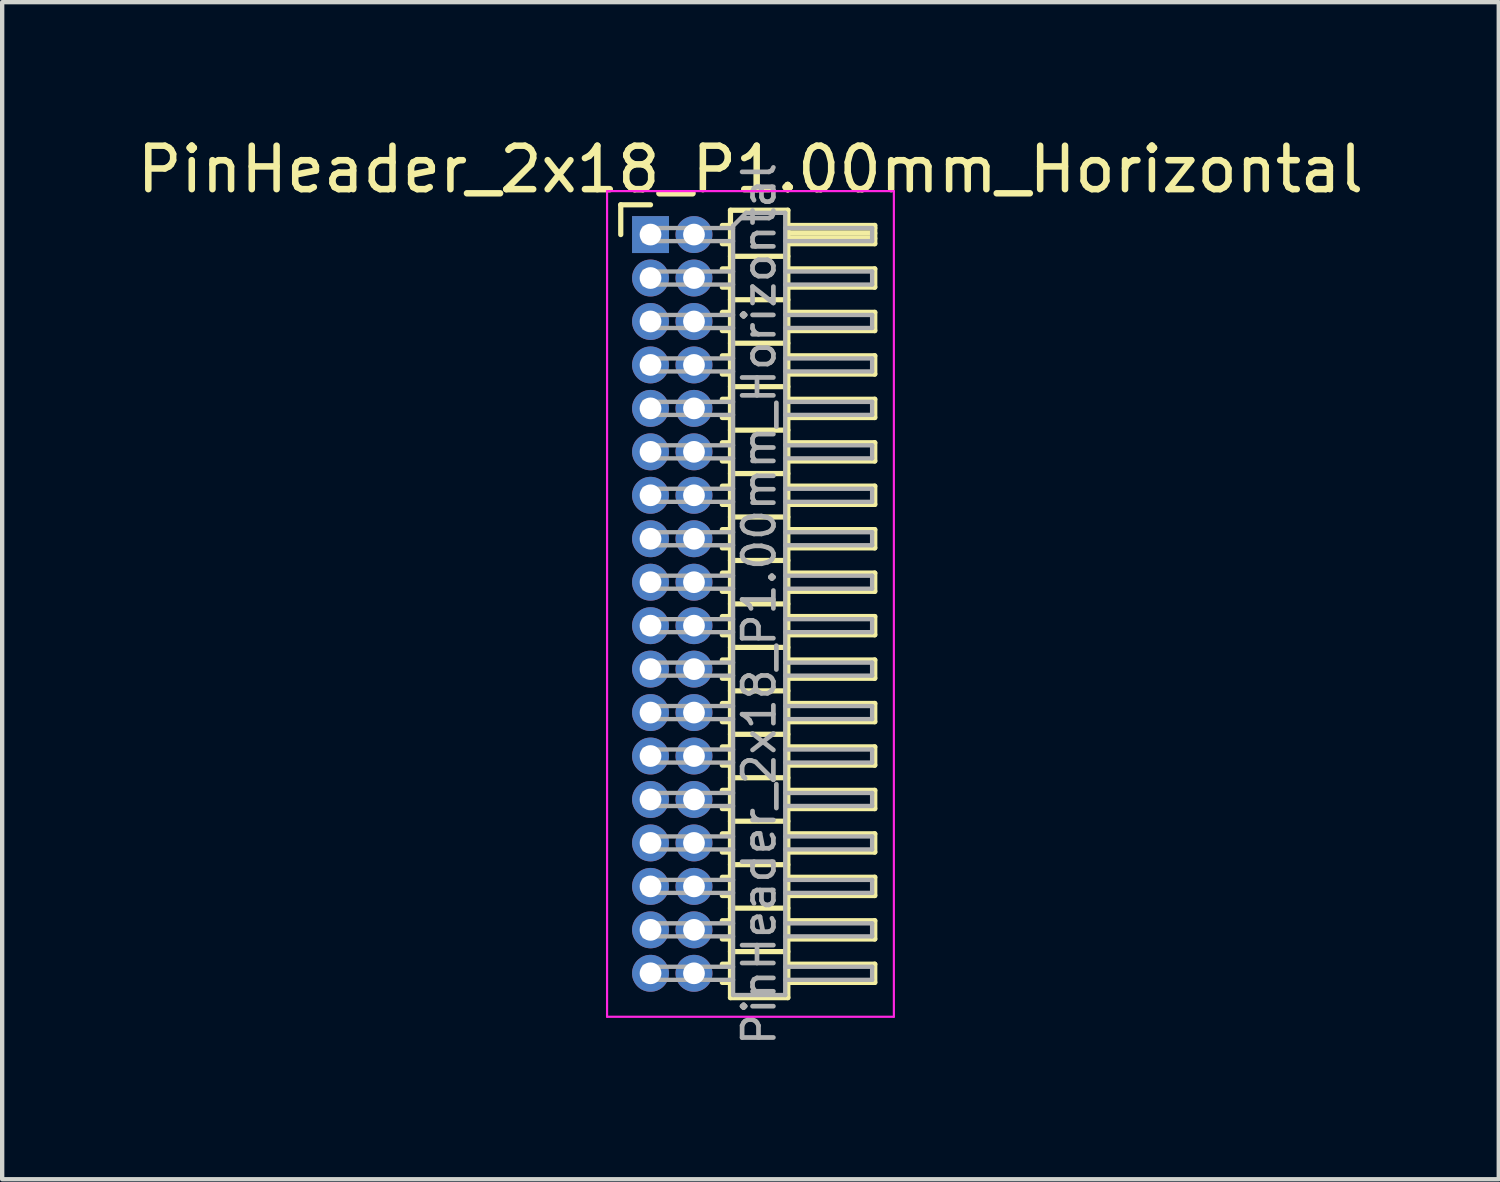
<source format=kicad_pcb>
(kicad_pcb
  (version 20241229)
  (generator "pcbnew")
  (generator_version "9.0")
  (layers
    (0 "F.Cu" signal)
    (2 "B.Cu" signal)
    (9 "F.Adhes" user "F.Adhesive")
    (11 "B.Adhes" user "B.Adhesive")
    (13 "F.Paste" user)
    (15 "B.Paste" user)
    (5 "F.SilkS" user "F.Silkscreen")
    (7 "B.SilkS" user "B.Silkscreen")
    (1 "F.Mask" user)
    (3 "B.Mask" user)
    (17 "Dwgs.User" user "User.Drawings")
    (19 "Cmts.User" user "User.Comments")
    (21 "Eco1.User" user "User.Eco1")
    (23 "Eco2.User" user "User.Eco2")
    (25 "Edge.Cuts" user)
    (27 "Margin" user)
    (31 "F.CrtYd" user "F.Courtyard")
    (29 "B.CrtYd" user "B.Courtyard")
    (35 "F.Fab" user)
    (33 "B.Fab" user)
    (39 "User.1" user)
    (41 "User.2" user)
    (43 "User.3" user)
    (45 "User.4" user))
  (footprint "PinHeader_2x18_P1.00mm_Horizontal"
    (layer "F.Cu")
    (at 11.92 2.348)
    (property "Reference" "PinHeader_2x18_P1.00mm_Horizontal" (at 2.3 -1.5 0) (layer "F.SilkS") (effects (font (size 1 1) (thickness 0.15))))
    (attr through_hole)
    (fp_line (start -0.685 -0.685) (end 0 -0.685) (stroke (width 0.12) (type solid)) (layer "F.SilkS"))
    (fp_line (start -0.685 0) (end -0.685 -0.685) (stroke (width 0.12) (type solid)) (layer "F.SilkS"))
    (fp_line (start 1.652 -0.21) (end 1.84 -0.21) (stroke (width 0.12) (type solid)) (layer "F.SilkS"))
    (fp_line (start 1.652 0.21) (end 1.84 0.21) (stroke (width 0.12) (type solid)) (layer "F.SilkS"))
    (fp_line (start 1.652 0.79) (end 1.84 0.79) (stroke (width 0.12) (type solid)) (layer "F.SilkS"))
    (fp_line (start 1.652 1.21) (end 1.84 1.21) (stroke (width 0.12) (type solid)) (layer "F.SilkS"))
    (fp_line (start 1.652 1.79) (end 1.84 1.79) (stroke (width 0.12) (type solid)) (layer "F.SilkS"))
    (fp_line (start 1.652 2.21) (end 1.84 2.21) (stroke (width 0.12) (type solid)) (layer "F.SilkS"))
    (fp_line (start 1.652 2.79) (end 1.84 2.79) (stroke (width 0.12) (type solid)) (layer "F.SilkS"))
    (fp_line (start 1.652 3.21) (end 1.84 3.21) (stroke (width 0.12) (type solid)) (layer "F.SilkS"))
    (fp_line (start 1.652 3.79) (end 1.84 3.79) (stroke (width 0.12) (type solid)) (layer "F.SilkS"))
    (fp_line (start 1.652 4.21) (end 1.84 4.21) (stroke (width 0.12) (type solid)) (layer "F.SilkS"))
    (fp_line (start 1.652 4.79) (end 1.84 4.79) (stroke (width 0.12) (type solid)) (layer "F.SilkS"))
    (fp_line (start 1.652 5.21) (end 1.84 5.21) (stroke (width 0.12) (type solid)) (layer "F.SilkS"))
    (fp_line (start 1.652 5.79) (end 1.84 5.79) (stroke (width 0.12) (type solid)) (layer "F.SilkS"))
    (fp_line (start 1.652 6.21) (end 1.84 6.21) (stroke (width 0.12) (type solid)) (layer "F.SilkS"))
    (fp_line (start 1.652 6.79) (end 1.84 6.79) (stroke (width 0.12) (type solid)) (layer "F.SilkS"))
    (fp_line (start 1.652 7.21) (end 1.84 7.21) (stroke (width 0.12) (type solid)) (layer "F.SilkS"))
    (fp_line (start 1.652 7.79) (end 1.84 7.79) (stroke (width 0.12) (type solid)) (layer "F.SilkS"))
    (fp_line (start 1.652 8.21) (end 1.84 8.21) (stroke (width 0.12) (type solid)) (layer "F.SilkS"))
    (fp_line (start 1.652 8.79) (end 1.84 8.79) (stroke (width 0.12) (type solid)) (layer "F.SilkS"))
    (fp_line (start 1.652 9.21) (end 1.84 9.21) (stroke (width 0.12) (type solid)) (layer "F.SilkS"))
    (fp_line (start 1.652 9.79) (end 1.84 9.79) (stroke (width 0.12) (type solid)) (layer "F.SilkS"))
    (fp_line (start 1.652 10.21) (end 1.84 10.21) (stroke (width 0.12) (type solid)) (layer "F.SilkS"))
    (fp_line (start 1.652 10.79) (end 1.84 10.79) (stroke (width 0.12) (type solid)) (layer "F.SilkS"))
    (fp_line (start 1.652 11.21) (end 1.84 11.21) (stroke (width 0.12) (type solid)) (layer "F.SilkS"))
    (fp_line (start 1.652 11.79) (end 1.84 11.79) (stroke (width 0.12) (type solid)) (layer "F.SilkS"))
    (fp_line (start 1.652 12.21) (end 1.84 12.21) (stroke (width 0.12) (type solid)) (layer "F.SilkS"))
    (fp_line (start 1.652 12.79) (end 1.84 12.79) (stroke (width 0.12) (type solid)) (layer "F.SilkS"))
    (fp_line (start 1.652 13.21) (end 1.84 13.21) (stroke (width 0.12) (type solid)) (layer "F.SilkS"))
    (fp_line (start 1.652 13.79) (end 1.84 13.79) (stroke (width 0.12) (type solid)) (layer "F.SilkS"))
    (fp_line (start 1.652 14.21) (end 1.84 14.21) (stroke (width 0.12) (type solid)) (layer "F.SilkS"))
    (fp_line (start 1.652 14.79) (end 1.84 14.79) (stroke (width 0.12) (type solid)) (layer "F.SilkS"))
    (fp_line (start 1.652 15.21) (end 1.84 15.21) (stroke (width 0.12) (type solid)) (layer "F.SilkS"))
    (fp_line (start 1.652 15.79) (end 1.84 15.79) (stroke (width 0.12) (type solid)) (layer "F.SilkS"))
    (fp_line (start 1.652 16.21) (end 1.84 16.21) (stroke (width 0.12) (type solid)) (layer "F.SilkS"))
    (fp_line (start 1.652 16.79) (end 1.84 16.79) (stroke (width 0.12) (type solid)) (layer "F.SilkS"))
    (fp_line (start 1.652 17.21) (end 1.84 17.21) (stroke (width 0.12) (type solid)) (layer "F.SilkS"))
    (fp_line (start 1.84 -0.56) (end 1.84 17.56) (stroke (width 0.12) (type solid)) (layer "F.SilkS"))
    (fp_line (start 1.84 0.5) (end 3.16 0.5) (stroke (width 0.12) (type solid)) (layer "F.SilkS"))
    (fp_line (start 1.84 1.5) (end 3.16 1.5) (stroke (width 0.12) (type solid)) (layer "F.SilkS"))
    (fp_line (start 1.84 2.5) (end 3.16 2.5) (stroke (width 0.12) (type solid)) (layer "F.SilkS"))
    (fp_line (start 1.84 3.5) (end 3.16 3.5) (stroke (width 0.12) (type solid)) (layer "F.SilkS"))
    (fp_line (start 1.84 4.5) (end 3.16 4.5) (stroke (width 0.12) (type solid)) (layer "F.SilkS"))
    (fp_line (start 1.84 5.5) (end 3.16 5.5) (stroke (width 0.12) (type solid)) (layer "F.SilkS"))
    (fp_line (start 1.84 6.5) (end 3.16 6.5) (stroke (width 0.12) (type solid)) (layer "F.SilkS"))
    (fp_line (start 1.84 7.5) (end 3.16 7.5) (stroke (width 0.12) (type solid)) (layer "F.SilkS"))
    (fp_line (start 1.84 8.5) (end 3.16 8.5) (stroke (width 0.12) (type solid)) (layer "F.SilkS"))
    (fp_line (start 1.84 9.5) (end 3.16 9.5) (stroke (width 0.12) (type solid)) (layer "F.SilkS"))
    (fp_line (start 1.84 10.5) (end 3.16 10.5) (stroke (width 0.12) (type solid)) (layer "F.SilkS"))
    (fp_line (start 1.84 11.5) (end 3.16 11.5) (stroke (width 0.12) (type solid)) (layer "F.SilkS"))
    (fp_line (start 1.84 12.5) (end 3.16 12.5) (stroke (width 0.12) (type solid)) (layer "F.SilkS"))
    (fp_line (start 1.84 13.5) (end 3.16 13.5) (stroke (width 0.12) (type solid)) (layer "F.SilkS"))
    (fp_line (start 1.84 14.5) (end 3.16 14.5) (stroke (width 0.12) (type solid)) (layer "F.SilkS"))
    (fp_line (start 1.84 15.5) (end 3.16 15.5) (stroke (width 0.12) (type solid)) (layer "F.SilkS"))
    (fp_line (start 1.84 16.5) (end 3.16 16.5) (stroke (width 0.12) (type solid)) (layer "F.SilkS"))
    (fp_line (start 1.84 17.56) (end 3.16 17.56) (stroke (width 0.12) (type solid)) (layer "F.SilkS"))
    (fp_line (start 3.16 -0.56) (end 1.84 -0.56) (stroke (width 0.12) (type solid)) (layer "F.SilkS"))
    (fp_line (start 3.16 -0.21) (end 5.16 -0.21) (stroke (width 0.12) (type solid)) (layer "F.SilkS"))
    (fp_line (start 3.16 -0.15) (end 5.16 -0.15) (stroke (width 0.12) (type solid)) (layer "F.SilkS"))
    (fp_line (start 3.16 -0.03) (end 5.16 -0.03) (stroke (width 0.12) (type solid)) (layer "F.SilkS"))
    (fp_line (start 3.16 0.09) (end 5.16 0.09) (stroke (width 0.12) (type solid)) (layer "F.SilkS"))
    (fp_line (start 3.16 0.79) (end 5.16 0.79) (stroke (width 0.12) (type solid)) (layer "F.SilkS"))
    (fp_line (start 3.16 1.79) (end 5.16 1.79) (stroke (width 0.12) (type solid)) (layer "F.SilkS"))
    (fp_line (start 3.16 2.79) (end 5.16 2.79) (stroke (width 0.12) (type solid)) (layer "F.SilkS"))
    (fp_line (start 3.16 3.79) (end 5.16 3.79) (stroke (width 0.12) (type solid)) (layer "F.SilkS"))
    (fp_line (start 3.16 4.79) (end 5.16 4.79) (stroke (width 0.12) (type solid)) (layer "F.SilkS"))
    (fp_line (start 3.16 5.79) (end 5.16 5.79) (stroke (width 0.12) (type solid)) (layer "F.SilkS"))
    (fp_line (start 3.16 6.79) (end 5.16 6.79) (stroke (width 0.12) (type solid)) (layer "F.SilkS"))
    (fp_line (start 3.16 7.79) (end 5.16 7.79) (stroke (width 0.12) (type solid)) (layer "F.SilkS"))
    (fp_line (start 3.16 8.79) (end 5.16 8.79) (stroke (width 0.12) (type solid)) (layer "F.SilkS"))
    (fp_line (start 3.16 9.79) (end 5.16 9.79) (stroke (width 0.12) (type solid)) (layer "F.SilkS"))
    (fp_line (start 3.16 10.79) (end 5.16 10.79) (stroke (width 0.12) (type solid)) (layer "F.SilkS"))
    (fp_line (start 3.16 11.79) (end 5.16 11.79) (stroke (width 0.12) (type solid)) (layer "F.SilkS"))
    (fp_line (start 3.16 12.79) (end 5.16 12.79) (stroke (width 0.12) (type solid)) (layer "F.SilkS"))
    (fp_line (start 3.16 13.79) (end 5.16 13.79) (stroke (width 0.12) (type solid)) (layer "F.SilkS"))
    (fp_line (start 3.16 14.79) (end 5.16 14.79) (stroke (width 0.12) (type solid)) (layer "F.SilkS"))
    (fp_line (start 3.16 15.79) (end 5.16 15.79) (stroke (width 0.12) (type solid)) (layer "F.SilkS"))
    (fp_line (start 3.16 16.79) (end 5.16 16.79) (stroke (width 0.12) (type solid)) (layer "F.SilkS"))
    (fp_line (start 3.16 17.56) (end 3.16 -0.56) (stroke (width 0.12) (type solid)) (layer "F.SilkS"))
    (fp_line (start 5.16 -0.21) (end 5.16 0.21) (stroke (width 0.12) (type solid)) (layer "F.SilkS"))
    (fp_line (start 5.16 0.21) (end 3.16 0.21) (stroke (width 0.12) (type solid)) (layer "F.SilkS"))
    (fp_line (start 5.16 0.79) (end 5.16 1.21) (stroke (width 0.12) (type solid)) (layer "F.SilkS"))
    (fp_line (start 5.16 1.21) (end 3.16 1.21) (stroke (width 0.12) (type solid)) (layer "F.SilkS"))
    (fp_line (start 5.16 1.79) (end 5.16 2.21) (stroke (width 0.12) (type solid)) (layer "F.SilkS"))
    (fp_line (start 5.16 2.21) (end 3.16 2.21) (stroke (width 0.12) (type solid)) (layer "F.SilkS"))
    (fp_line (start 5.16 2.79) (end 5.16 3.21) (stroke (width 0.12) (type solid)) (layer "F.SilkS"))
    (fp_line (start 5.16 3.21) (end 3.16 3.21) (stroke (width 0.12) (type solid)) (layer "F.SilkS"))
    (fp_line (start 5.16 3.79) (end 5.16 4.21) (stroke (width 0.12) (type solid)) (layer "F.SilkS"))
    (fp_line (start 5.16 4.21) (end 3.16 4.21) (stroke (width 0.12) (type solid)) (layer "F.SilkS"))
    (fp_line (start 5.16 4.79) (end 5.16 5.21) (stroke (width 0.12) (type solid)) (layer "F.SilkS"))
    (fp_line (start 5.16 5.21) (end 3.16 5.21) (stroke (width 0.12) (type solid)) (layer "F.SilkS"))
    (fp_line (start 5.16 5.79) (end 5.16 6.21) (stroke (width 0.12) (type solid)) (layer "F.SilkS"))
    (fp_line (start 5.16 6.21) (end 3.16 6.21) (stroke (width 0.12) (type solid)) (layer "F.SilkS"))
    (fp_line (start 5.16 6.79) (end 5.16 7.21) (stroke (width 0.12) (type solid)) (layer "F.SilkS"))
    (fp_line (start 5.16 7.21) (end 3.16 7.21) (stroke (width 0.12) (type solid)) (layer "F.SilkS"))
    (fp_line (start 5.16 7.79) (end 5.16 8.21) (stroke (width 0.12) (type solid)) (layer "F.SilkS"))
    (fp_line (start 5.16 8.21) (end 3.16 8.21) (stroke (width 0.12) (type solid)) (layer "F.SilkS"))
    (fp_line (start 5.16 8.79) (end 5.16 9.21) (stroke (width 0.12) (type solid)) (layer "F.SilkS"))
    (fp_line (start 5.16 9.21) (end 3.16 9.21) (stroke (width 0.12) (type solid)) (layer "F.SilkS"))
    (fp_line (start 5.16 9.79) (end 5.16 10.21) (stroke (width 0.12) (type solid)) (layer "F.SilkS"))
    (fp_line (start 5.16 10.21) (end 3.16 10.21) (stroke (width 0.12) (type solid)) (layer "F.SilkS"))
    (fp_line (start 5.16 10.79) (end 5.16 11.21) (stroke (width 0.12) (type solid)) (layer "F.SilkS"))
    (fp_line (start 5.16 11.21) (end 3.16 11.21) (stroke (width 0.12) (type solid)) (layer "F.SilkS"))
    (fp_line (start 5.16 11.79) (end 5.16 12.21) (stroke (width 0.12) (type solid)) (layer "F.SilkS"))
    (fp_line (start 5.16 12.21) (end 3.16 12.21) (stroke (width 0.12) (type solid)) (layer "F.SilkS"))
    (fp_line (start 5.16 12.79) (end 5.16 13.21) (stroke (width 0.12) (type solid)) (layer "F.SilkS"))
    (fp_line (start 5.16 13.21) (end 3.16 13.21) (stroke (width 0.12) (type solid)) (layer "F.SilkS"))
    (fp_line (start 5.16 13.79) (end 5.16 14.21) (stroke (width 0.12) (type solid)) (layer "F.SilkS"))
    (fp_line (start 5.16 14.21) (end 3.16 14.21) (stroke (width 0.12) (type solid)) (layer "F.SilkS"))
    (fp_line (start 5.16 14.79) (end 5.16 15.21) (stroke (width 0.12) (type solid)) (layer "F.SilkS"))
    (fp_line (start 5.16 15.21) (end 3.16 15.21) (stroke (width 0.12) (type solid)) (layer "F.SilkS"))
    (fp_line (start 5.16 15.79) (end 5.16 16.21) (stroke (width 0.12) (type solid)) (layer "F.SilkS"))
    (fp_line (start 5.16 16.21) (end 3.16 16.21) (stroke (width 0.12) (type solid)) (layer "F.SilkS"))
    (fp_line (start 5.16 16.79) (end 5.16 17.21) (stroke (width 0.12) (type solid)) (layer "F.SilkS"))
    (fp_line (start 5.16 17.21) (end 3.16 17.21) (stroke (width 0.12) (type solid)) (layer "F.SilkS"))
    (fp_line (start -1 -1) (end -1 18) (stroke (width 0.05) (type solid)) (layer "F.CrtYd"))
    (fp_line (start -1 18) (end 5.6 18) (stroke (width 0.05) (type solid)) (layer "F.CrtYd"))
    (fp_line (start 5.6 -1) (end -1 -1) (stroke (width 0.05) (type solid)) (layer "F.CrtYd"))
    (fp_line (start 5.6 18) (end 5.6 -1) (stroke (width 0.05) (type solid)) (layer "F.CrtYd"))
    (fp_line (start -0.15 -0.15) (end -0.15 0.15) (stroke (width 0.1) (type solid)) (layer "F.Fab"))
    (fp_line (start -0.15 -0.15) (end 1.9 -0.15) (stroke (width 0.1) (type solid)) (layer "F.Fab"))
    (fp_line (start -0.15 0.15) (end 1.9 0.15) (stroke (width 0.1) (type solid)) (layer "F.Fab"))
    (fp_line (start -0.15 0.85) (end -0.15 1.15) (stroke (width 0.1) (type solid)) (layer "F.Fab"))
    (fp_line (start -0.15 0.85) (end 1.9 0.85) (stroke (width 0.1) (type solid)) (layer "F.Fab"))
    (fp_line (start -0.15 1.15) (end 1.9 1.15) (stroke (width 0.1) (type solid)) (layer "F.Fab"))
    (fp_line (start -0.15 1.85) (end -0.15 2.15) (stroke (width 0.1) (type solid)) (layer "F.Fab"))
    (fp_line (start -0.15 1.85) (end 1.9 1.85) (stroke (width 0.1) (type solid)) (layer "F.Fab"))
    (fp_line (start -0.15 2.15) (end 1.9 2.15) (stroke (width 0.1) (type solid)) (layer "F.Fab"))
    (fp_line (start -0.15 2.85) (end -0.15 3.15) (stroke (width 0.1) (type solid)) (layer "F.Fab"))
    (fp_line (start -0.15 2.85) (end 1.9 2.85) (stroke (width 0.1) (type solid)) (layer "F.Fab"))
    (fp_line (start -0.15 3.15) (end 1.9 3.15) (stroke (width 0.1) (type solid)) (layer "F.Fab"))
    (fp_line (start -0.15 3.85) (end -0.15 4.15) (stroke (width 0.1) (type solid)) (layer "F.Fab"))
    (fp_line (start -0.15 3.85) (end 1.9 3.85) (stroke (width 0.1) (type solid)) (layer "F.Fab"))
    (fp_line (start -0.15 4.15) (end 1.9 4.15) (stroke (width 0.1) (type solid)) (layer "F.Fab"))
    (fp_line (start -0.15 4.85) (end -0.15 5.15) (stroke (width 0.1) (type solid)) (layer "F.Fab"))
    (fp_line (start -0.15 4.85) (end 1.9 4.85) (stroke (width 0.1) (type solid)) (layer "F.Fab"))
    (fp_line (start -0.15 5.15) (end 1.9 5.15) (stroke (width 0.1) (type solid)) (layer "F.Fab"))
    (fp_line (start -0.15 5.85) (end -0.15 6.15) (stroke (width 0.1) (type solid)) (layer "F.Fab"))
    (fp_line (start -0.15 5.85) (end 1.9 5.85) (stroke (width 0.1) (type solid)) (layer "F.Fab"))
    (fp_line (start -0.15 6.15) (end 1.9 6.15) (stroke (width 0.1) (type solid)) (layer "F.Fab"))
    (fp_line (start -0.15 6.85) (end -0.15 7.15) (stroke (width 0.1) (type solid)) (layer "F.Fab"))
    (fp_line (start -0.15 6.85) (end 1.9 6.85) (stroke (width 0.1) (type solid)) (layer "F.Fab"))
    (fp_line (start -0.15 7.15) (end 1.9 7.15) (stroke (width 0.1) (type solid)) (layer "F.Fab"))
    (fp_line (start -0.15 7.85) (end -0.15 8.15) (stroke (width 0.1) (type solid)) (layer "F.Fab"))
    (fp_line (start -0.15 7.85) (end 1.9 7.85) (stroke (width 0.1) (type solid)) (layer "F.Fab"))
    (fp_line (start -0.15 8.15) (end 1.9 8.15) (stroke (width 0.1) (type solid)) (layer "F.Fab"))
    (fp_line (start -0.15 8.85) (end -0.15 9.15) (stroke (width 0.1) (type solid)) (layer "F.Fab"))
    (fp_line (start -0.15 8.85) (end 1.9 8.85) (stroke (width 0.1) (type solid)) (layer "F.Fab"))
    (fp_line (start -0.15 9.15) (end 1.9 9.15) (stroke (width 0.1) (type solid)) (layer "F.Fab"))
    (fp_line (start -0.15 9.85) (end -0.15 10.15) (stroke (width 0.1) (type solid)) (layer "F.Fab"))
    (fp_line (start -0.15 9.85) (end 1.9 9.85) (stroke (width 0.1) (type solid)) (layer "F.Fab"))
    (fp_line (start -0.15 10.15) (end 1.9 10.15) (stroke (width 0.1) (type solid)) (layer "F.Fab"))
    (fp_line (start -0.15 10.85) (end -0.15 11.15) (stroke (width 0.1) (type solid)) (layer "F.Fab"))
    (fp_line (start -0.15 10.85) (end 1.9 10.85) (stroke (width 0.1) (type solid)) (layer "F.Fab"))
    (fp_line (start -0.15 11.15) (end 1.9 11.15) (stroke (width 0.1) (type solid)) (layer "F.Fab"))
    (fp_line (start -0.15 11.85) (end -0.15 12.15) (stroke (width 0.1) (type solid)) (layer "F.Fab"))
    (fp_line (start -0.15 11.85) (end 1.9 11.85) (stroke (width 0.1) (type solid)) (layer "F.Fab"))
    (fp_line (start -0.15 12.15) (end 1.9 12.15) (stroke (width 0.1) (type solid)) (layer "F.Fab"))
    (fp_line (start -0.15 12.85) (end -0.15 13.15) (stroke (width 0.1) (type solid)) (layer "F.Fab"))
    (fp_line (start -0.15 12.85) (end 1.9 12.85) (stroke (width 0.1) (type solid)) (layer "F.Fab"))
    (fp_line (start -0.15 13.15) (end 1.9 13.15) (stroke (width 0.1) (type solid)) (layer "F.Fab"))
    (fp_line (start -0.15 13.85) (end -0.15 14.15) (stroke (width 0.1) (type solid)) (layer "F.Fab"))
    (fp_line (start -0.15 13.85) (end 1.9 13.85) (stroke (width 0.1) (type solid)) (layer "F.Fab"))
    (fp_line (start -0.15 14.15) (end 1.9 14.15) (stroke (width 0.1) (type solid)) (layer "F.Fab"))
    (fp_line (start -0.15 14.85) (end -0.15 15.15) (stroke (width 0.1) (type solid)) (layer "F.Fab"))
    (fp_line (start -0.15 14.85) (end 1.9 14.85) (stroke (width 0.1) (type solid)) (layer "F.Fab"))
    (fp_line (start -0.15 15.15) (end 1.9 15.15) (stroke (width 0.1) (type solid)) (layer "F.Fab"))
    (fp_line (start -0.15 15.85) (end -0.15 16.15) (stroke (width 0.1) (type solid)) (layer "F.Fab"))
    (fp_line (start -0.15 15.85) (end 1.9 15.85) (stroke (width 0.1) (type solid)) (layer "F.Fab"))
    (fp_line (start -0.15 16.15) (end 1.9 16.15) (stroke (width 0.1) (type solid)) (layer "F.Fab"))
    (fp_line (start -0.15 16.85) (end -0.15 17.15) (stroke (width 0.1) (type solid)) (layer "F.Fab"))
    (fp_line (start -0.15 16.85) (end 1.9 16.85) (stroke (width 0.1) (type solid)) (layer "F.Fab"))
    (fp_line (start -0.15 17.15) (end 1.9 17.15) (stroke (width 0.1) (type solid)) (layer "F.Fab"))
    (fp_line (start 1.9 -0.2) (end 2.2 -0.5) (stroke (width 0.1) (type solid)) (layer "F.Fab"))
    (fp_line (start 1.9 17.5) (end 1.9 -0.2) (stroke (width 0.1) (type solid)) (layer "F.Fab"))
    (fp_line (start 2.2 -0.5) (end 3.1 -0.5) (stroke (width 0.1) (type solid)) (layer "F.Fab"))
    (fp_line (start 3.1 -0.5) (end 3.1 17.5) (stroke (width 0.1) (type solid)) (layer "F.Fab"))
    (fp_line (start 3.1 -0.15) (end 5.1 -0.15) (stroke (width 0.1) (type solid)) (layer "F.Fab"))
    (fp_line (start 3.1 0.15) (end 5.1 0.15) (stroke (width 0.1) (type solid)) (layer "F.Fab"))
    (fp_line (start 3.1 0.85) (end 5.1 0.85) (stroke (width 0.1) (type solid)) (layer "F.Fab"))
    (fp_line (start 3.1 1.15) (end 5.1 1.15) (stroke (width 0.1) (type solid)) (layer "F.Fab"))
    (fp_line (start 3.1 1.85) (end 5.1 1.85) (stroke (width 0.1) (type solid)) (layer "F.Fab"))
    (fp_line (start 3.1 2.15) (end 5.1 2.15) (stroke (width 0.1) (type solid)) (layer "F.Fab"))
    (fp_line (start 3.1 2.85) (end 5.1 2.85) (stroke (width 0.1) (type solid)) (layer "F.Fab"))
    (fp_line (start 3.1 3.15) (end 5.1 3.15) (stroke (width 0.1) (type solid)) (layer "F.Fab"))
    (fp_line (start 3.1 3.85) (end 5.1 3.85) (stroke (width 0.1) (type solid)) (layer "F.Fab"))
    (fp_line (start 3.1 4.15) (end 5.1 4.15) (stroke (width 0.1) (type solid)) (layer "F.Fab"))
    (fp_line (start 3.1 4.85) (end 5.1 4.85) (stroke (width 0.1) (type solid)) (layer "F.Fab"))
    (fp_line (start 3.1 5.15) (end 5.1 5.15) (stroke (width 0.1) (type solid)) (layer "F.Fab"))
    (fp_line (start 3.1 5.85) (end 5.1 5.85) (stroke (width 0.1) (type solid)) (layer "F.Fab"))
    (fp_line (start 3.1 6.15) (end 5.1 6.15) (stroke (width 0.1) (type solid)) (layer "F.Fab"))
    (fp_line (start 3.1 6.85) (end 5.1 6.85) (stroke (width 0.1) (type solid)) (layer "F.Fab"))
    (fp_line (start 3.1 7.15) (end 5.1 7.15) (stroke (width 0.1) (type solid)) (layer "F.Fab"))
    (fp_line (start 3.1 7.85) (end 5.1 7.85) (stroke (width 0.1) (type solid)) (layer "F.Fab"))
    (fp_line (start 3.1 8.15) (end 5.1 8.15) (stroke (width 0.1) (type solid)) (layer "F.Fab"))
    (fp_line (start 3.1 8.85) (end 5.1 8.85) (stroke (width 0.1) (type solid)) (layer "F.Fab"))
    (fp_line (start 3.1 9.15) (end 5.1 9.15) (stroke (width 0.1) (type solid)) (layer "F.Fab"))
    (fp_line (start 3.1 9.85) (end 5.1 9.85) (stroke (width 0.1) (type solid)) (layer "F.Fab"))
    (fp_line (start 3.1 10.15) (end 5.1 10.15) (stroke (width 0.1) (type solid)) (layer "F.Fab"))
    (fp_line (start 3.1 10.85) (end 5.1 10.85) (stroke (width 0.1) (type solid)) (layer "F.Fab"))
    (fp_line (start 3.1 11.15) (end 5.1 11.15) (stroke (width 0.1) (type solid)) (layer "F.Fab"))
    (fp_line (start 3.1 11.85) (end 5.1 11.85) (stroke (width 0.1) (type solid)) (layer "F.Fab"))
    (fp_line (start 3.1 12.15) (end 5.1 12.15) (stroke (width 0.1) (type solid)) (layer "F.Fab"))
    (fp_line (start 3.1 12.85) (end 5.1 12.85) (stroke (width 0.1) (type solid)) (layer "F.Fab"))
    (fp_line (start 3.1 13.15) (end 5.1 13.15) (stroke (width 0.1) (type solid)) (layer "F.Fab"))
    (fp_line (start 3.1 13.85) (end 5.1 13.85) (stroke (width 0.1) (type solid)) (layer "F.Fab"))
    (fp_line (start 3.1 14.15) (end 5.1 14.15) (stroke (width 0.1) (type solid)) (layer "F.Fab"))
    (fp_line (start 3.1 14.85) (end 5.1 14.85) (stroke (width 0.1) (type solid)) (layer "F.Fab"))
    (fp_line (start 3.1 15.15) (end 5.1 15.15) (stroke (width 0.1) (type solid)) (layer "F.Fab"))
    (fp_line (start 3.1 15.85) (end 5.1 15.85) (stroke (width 0.1) (type solid)) (layer "F.Fab"))
    (fp_line (start 3.1 16.15) (end 5.1 16.15) (stroke (width 0.1) (type solid)) (layer "F.Fab"))
    (fp_line (start 3.1 16.85) (end 5.1 16.85) (stroke (width 0.1) (type solid)) (layer "F.Fab"))
    (fp_line (start 3.1 17.15) (end 5.1 17.15) (stroke (width 0.1) (type solid)) (layer "F.Fab"))
    (fp_line (start 3.1 17.5) (end 1.9 17.5) (stroke (width 0.1) (type solid)) (layer "F.Fab"))
    (fp_line (start 5.1 -0.15) (end 5.1 0.15) (stroke (width 0.1) (type solid)) (layer "F.Fab"))
    (fp_line (start 5.1 0.85) (end 5.1 1.15) (stroke (width 0.1) (type solid)) (layer "F.Fab"))
    (fp_line (start 5.1 1.85) (end 5.1 2.15) (stroke (width 0.1) (type solid)) (layer "F.Fab"))
    (fp_line (start 5.1 2.85) (end 5.1 3.15) (stroke (width 0.1) (type solid)) (layer "F.Fab"))
    (fp_line (start 5.1 3.85) (end 5.1 4.15) (stroke (width 0.1) (type solid)) (layer "F.Fab"))
    (fp_line (start 5.1 4.85) (end 5.1 5.15) (stroke (width 0.1) (type solid)) (layer "F.Fab"))
    (fp_line (start 5.1 5.85) (end 5.1 6.15) (stroke (width 0.1) (type solid)) (layer "F.Fab"))
    (fp_line (start 5.1 6.85) (end 5.1 7.15) (stroke (width 0.1) (type solid)) (layer "F.Fab"))
    (fp_line (start 5.1 7.85) (end 5.1 8.15) (stroke (width 0.1) (type solid)) (layer "F.Fab"))
    (fp_line (start 5.1 8.85) (end 5.1 9.15) (stroke (width 0.1) (type solid)) (layer "F.Fab"))
    (fp_line (start 5.1 9.85) (end 5.1 10.15) (stroke (width 0.1) (type solid)) (layer "F.Fab"))
    (fp_line (start 5.1 10.85) (end 5.1 11.15) (stroke (width 0.1) (type solid)) (layer "F.Fab"))
    (fp_line (start 5.1 11.85) (end 5.1 12.15) (stroke (width 0.1) (type solid)) (layer "F.Fab"))
    (fp_line (start 5.1 12.85) (end 5.1 13.15) (stroke (width 0.1) (type solid)) (layer "F.Fab"))
    (fp_line (start 5.1 13.85) (end 5.1 14.15) (stroke (width 0.1) (type solid)) (layer "F.Fab"))
    (fp_line (start 5.1 14.85) (end 5.1 15.15) (stroke (width 0.1) (type solid)) (layer "F.Fab"))
    (fp_line (start 5.1 15.85) (end 5.1 16.15) (stroke (width 0.1) (type solid)) (layer "F.Fab"))
    (fp_line (start 5.1 16.85) (end 5.1 17.15) (stroke (width 0.1) (type solid)) (layer "F.Fab"))
    (fp_text user "${REFERENCE}" (at 2.5 8.5 90) (layer "F.Fab") (effects (font (size 0.72 0.72) (thickness 0.108))))
    (pad "1" thru_hole rect (at 0 0) (size 0.85 0.85) (drill 0.5) (layers "*.Cu" "*.Mask"))
    (pad "2" thru_hole oval (at 1 0) (size 0.85 0.85) (drill 0.5) (layers "*.Cu" "*.Mask"))
    (pad "3" thru_hole oval (at 0 1) (size 0.85 0.85) (drill 0.5) (layers "*.Cu" "*.Mask"))
    (pad "4" thru_hole oval (at 1 1) (size 0.85 0.85) (drill 0.5) (layers "*.Cu" "*.Mask"))
    (pad "5" thru_hole oval (at 0 2) (size 0.85 0.85) (drill 0.5) (layers "*.Cu" "*.Mask"))
    (pad "6" thru_hole oval (at 1 2) (size 0.85 0.85) (drill 0.5) (layers "*.Cu" "*.Mask"))
    (pad "7" thru_hole oval (at 0 3) (size 0.85 0.85) (drill 0.5) (layers "*.Cu" "*.Mask"))
    (pad "8" thru_hole oval (at 1 3) (size 0.85 0.85) (drill 0.5) (layers "*.Cu" "*.Mask"))
    (pad "9" thru_hole oval (at 0 4) (size 0.85 0.85) (drill 0.5) (layers "*.Cu" "*.Mask"))
    (pad "10" thru_hole oval (at 1 4) (size 0.85 0.85) (drill 0.5) (layers "*.Cu" "*.Mask"))
    (pad "11" thru_hole oval (at 0 5) (size 0.85 0.85) (drill 0.5) (layers "*.Cu" "*.Mask"))
    (pad "12" thru_hole oval (at 1 5) (size 0.85 0.85) (drill 0.5) (layers "*.Cu" "*.Mask"))
    (pad "13" thru_hole oval (at 0 6) (size 0.85 0.85) (drill 0.5) (layers "*.Cu" "*.Mask"))
    (pad "14" thru_hole oval (at 1 6) (size 0.85 0.85) (drill 0.5) (layers "*.Cu" "*.Mask"))
    (pad "15" thru_hole oval (at 0 7) (size 0.85 0.85) (drill 0.5) (layers "*.Cu" "*.Mask"))
    (pad "16" thru_hole oval (at 1 7) (size 0.85 0.85) (drill 0.5) (layers "*.Cu" "*.Mask"))
    (pad "17" thru_hole oval (at 0 8) (size 0.85 0.85) (drill 0.5) (layers "*.Cu" "*.Mask"))
    (pad "18" thru_hole oval (at 1 8) (size 0.85 0.85) (drill 0.5) (layers "*.Cu" "*.Mask"))
    (pad "19" thru_hole oval (at 0 9) (size 0.85 0.85) (drill 0.5) (layers "*.Cu" "*.Mask"))
    (pad "20" thru_hole oval (at 1 9) (size 0.85 0.85) (drill 0.5) (layers "*.Cu" "*.Mask"))
    (pad "21" thru_hole oval (at 0 10) (size 0.85 0.85) (drill 0.5) (layers "*.Cu" "*.Mask"))
    (pad "22" thru_hole oval (at 1 10) (size 0.85 0.85) (drill 0.5) (layers "*.Cu" "*.Mask"))
    (pad "23" thru_hole oval (at 0 11) (size 0.85 0.85) (drill 0.5) (layers "*.Cu" "*.Mask"))
    (pad "24" thru_hole oval (at 1 11) (size 0.85 0.85) (drill 0.5) (layers "*.Cu" "*.Mask"))
    (pad "25" thru_hole oval (at 0 12) (size 0.85 0.85) (drill 0.5) (layers "*.Cu" "*.Mask"))
    (pad "26" thru_hole oval (at 1 12) (size 0.85 0.85) (drill 0.5) (layers "*.Cu" "*.Mask"))
    (pad "27" thru_hole oval (at 0 13) (size 0.85 0.85) (drill 0.5) (layers "*.Cu" "*.Mask"))
    (pad "28" thru_hole oval (at 1 13) (size 0.85 0.85) (drill 0.5) (layers "*.Cu" "*.Mask"))
    (pad "29" thru_hole oval (at 0 14) (size 0.85 0.85) (drill 0.5) (layers "*.Cu" "*.Mask"))
    (pad "30" thru_hole oval (at 1 14) (size 0.85 0.85) (drill 0.5) (layers "*.Cu" "*.Mask"))
    (pad "31" thru_hole oval (at 0 15) (size 0.85 0.85) (drill 0.5) (layers "*.Cu" "*.Mask"))
    (pad "32" thru_hole oval (at 1 15) (size 0.85 0.85) (drill 0.5) (layers "*.Cu" "*.Mask"))
    (pad "33" thru_hole oval (at 0 16) (size 0.85 0.85) (drill 0.5) (layers "*.Cu" "*.Mask"))
    (pad "34" thru_hole oval (at 1 16) (size 0.85 0.85) (drill 0.5) (layers "*.Cu" "*.Mask"))
    (pad "35" thru_hole oval (at 0 17) (size 0.85 0.85) (drill 0.5) (layers "*.Cu" "*.Mask"))
    (pad "36" thru_hole oval (at 1 17) (size 0.85 0.85) (drill 0.5) (layers "*.Cu" "*.Mask")))
  (gr_rect
    (start -3 -3)
    (end 31.44 24.087)
    (stroke (width 0.1) (type default))
    (fill no)
    (layer "Edge.Cuts")))
</source>
